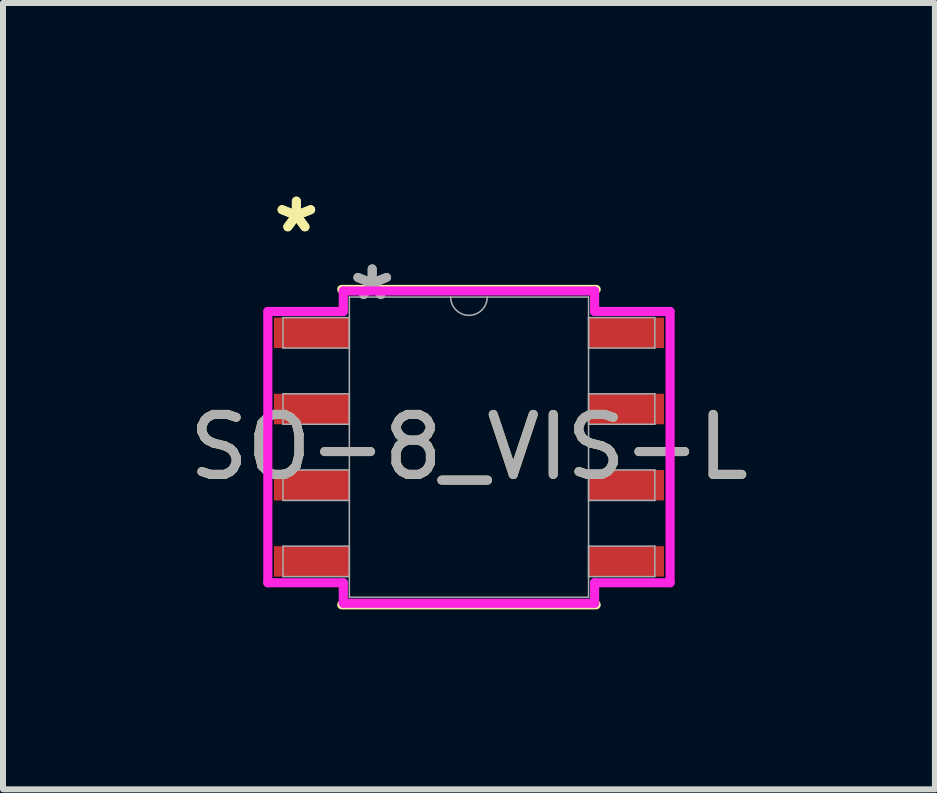
<source format=kicad_pcb>
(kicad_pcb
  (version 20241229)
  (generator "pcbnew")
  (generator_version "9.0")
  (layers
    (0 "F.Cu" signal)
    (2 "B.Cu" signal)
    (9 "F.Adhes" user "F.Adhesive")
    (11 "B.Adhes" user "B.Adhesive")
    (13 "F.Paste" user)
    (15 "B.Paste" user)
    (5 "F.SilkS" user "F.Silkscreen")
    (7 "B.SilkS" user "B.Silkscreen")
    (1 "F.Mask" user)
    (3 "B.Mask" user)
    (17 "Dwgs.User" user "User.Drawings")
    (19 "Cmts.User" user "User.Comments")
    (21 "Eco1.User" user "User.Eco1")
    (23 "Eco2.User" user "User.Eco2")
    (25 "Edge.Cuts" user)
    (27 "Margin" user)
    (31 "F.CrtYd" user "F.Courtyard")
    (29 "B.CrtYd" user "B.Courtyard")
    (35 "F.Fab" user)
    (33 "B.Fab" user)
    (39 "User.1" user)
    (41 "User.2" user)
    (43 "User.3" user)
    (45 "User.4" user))
  (footprint "SO-8_VIS-L"
    (layer "F.Cu")
    (at 4.768 4.404)
    (property "Reference" "SO-8_VIS-L" (at 0 0 0) (unlocked yes) (layer "F.SilkS") (effects (font (size 1 1) (thickness 0.15))))
    (attr smd)
    (fp_line (start -2.121 2.629) (end 2.121 2.629) (stroke (width 0.152) (type solid)) (layer "F.SilkS"))
    (fp_line (start 2.121 -2.629) (end -2.121 -2.629) (stroke (width 0.152) (type solid)) (layer "F.SilkS"))
    (fp_line (start -3.353 -2.261) (end -2.095 -2.261) (stroke (width 0.152) (type solid)) (layer "F.CrtYd"))
    (fp_line (start -3.353 2.261) (end -3.353 -2.261) (stroke (width 0.152) (type solid)) (layer "F.CrtYd"))
    (fp_line (start -3.353 2.261) (end -2.095 2.261) (stroke (width 0.152) (type solid)) (layer "F.CrtYd"))
    (fp_line (start -2.095 -2.603) (end 2.095 -2.603) (stroke (width 0.152) (type solid)) (layer "F.CrtYd"))
    (fp_line (start -2.095 -2.261) (end -2.095 -2.603) (stroke (width 0.152) (type solid)) (layer "F.CrtYd"))
    (fp_line (start -2.095 2.603) (end -2.095 2.261) (stroke (width 0.152) (type solid)) (layer "F.CrtYd"))
    (fp_line (start 2.095 -2.603) (end 2.095 -2.261) (stroke (width 0.152) (type solid)) (layer "F.CrtYd"))
    (fp_line (start 2.095 2.261) (end 2.095 2.603) (stroke (width 0.152) (type solid)) (layer "F.CrtYd"))
    (fp_line (start 2.095 2.603) (end -2.095 2.603) (stroke (width 0.152) (type solid)) (layer "F.CrtYd"))
    (fp_line (start 3.353 -2.261) (end 2.095 -2.261) (stroke (width 0.152) (type solid)) (layer "F.CrtYd"))
    (fp_line (start 3.353 -2.261) (end 3.353 2.261) (stroke (width 0.152) (type solid)) (layer "F.CrtYd"))
    (fp_line (start 3.353 2.261) (end 2.095 2.261) (stroke (width 0.152) (type solid)) (layer "F.CrtYd"))
    (fp_line (start -3.099 -2.159) (end -3.099 -1.651) (stroke (width 0.025) (type solid)) (layer "F.Fab"))
    (fp_line (start -3.099 -1.651) (end -1.994 -1.651) (stroke (width 0.025) (type solid)) (layer "F.Fab"))
    (fp_line (start -3.099 -0.889) (end -3.099 -0.381) (stroke (width 0.025) (type solid)) (layer "F.Fab"))
    (fp_line (start -3.099 -0.381) (end -1.994 -0.381) (stroke (width 0.025) (type solid)) (layer "F.Fab"))
    (fp_line (start -3.099 0.381) (end -3.099 0.889) (stroke (width 0.025) (type solid)) (layer "F.Fab"))
    (fp_line (start -3.099 0.889) (end -1.994 0.889) (stroke (width 0.025) (type solid)) (layer "F.Fab"))
    (fp_line (start -3.099 1.651) (end -3.099 2.159) (stroke (width 0.025) (type solid)) (layer "F.Fab"))
    (fp_line (start -3.099 2.159) (end -1.994 2.159) (stroke (width 0.025) (type solid)) (layer "F.Fab"))
    (fp_line (start -1.994 -2.502) (end -1.994 2.502) (stroke (width 0.025) (type solid)) (layer "F.Fab"))
    (fp_line (start -1.994 -2.159) (end -3.099 -2.159) (stroke (width 0.025) (type solid)) (layer "F.Fab"))
    (fp_line (start -1.994 -1.651) (end -1.994 -2.159) (stroke (width 0.025) (type solid)) (layer "F.Fab"))
    (fp_line (start -1.994 -0.889) (end -3.099 -0.889) (stroke (width 0.025) (type solid)) (layer "F.Fab"))
    (fp_line (start -1.994 -0.381) (end -1.994 -0.889) (stroke (width 0.025) (type solid)) (layer "F.Fab"))
    (fp_line (start -1.994 0.381) (end -3.099 0.381) (stroke (width 0.025) (type solid)) (layer "F.Fab"))
    (fp_line (start -1.994 0.889) (end -1.994 0.381) (stroke (width 0.025) (type solid)) (layer "F.Fab"))
    (fp_line (start -1.994 1.651) (end -3.099 1.651) (stroke (width 0.025) (type solid)) (layer "F.Fab"))
    (fp_line (start -1.994 2.159) (end -1.994 1.651) (stroke (width 0.025) (type solid)) (layer "F.Fab"))
    (fp_line (start -1.994 2.502) (end 1.994 2.502) (stroke (width 0.025) (type solid)) (layer "F.Fab"))
    (fp_line (start 1.994 -2.502) (end -1.994 -2.502) (stroke (width 0.025) (type solid)) (layer "F.Fab"))
    (fp_line (start 1.994 -2.159) (end 1.994 -1.651) (stroke (width 0.025) (type solid)) (layer "F.Fab"))
    (fp_line (start 1.994 -1.651) (end 3.099 -1.651) (stroke (width 0.025) (type solid)) (layer "F.Fab"))
    (fp_line (start 1.994 -0.889) (end 1.994 -0.381) (stroke (width 0.025) (type solid)) (layer "F.Fab"))
    (fp_line (start 1.994 -0.381) (end 3.099 -0.381) (stroke (width 0.025) (type solid)) (layer "F.Fab"))
    (fp_line (start 1.994 0.381) (end 1.994 0.889) (stroke (width 0.025) (type solid)) (layer "F.Fab"))
    (fp_line (start 1.994 0.889) (end 3.099 0.889) (stroke (width 0.025) (type solid)) (layer "F.Fab"))
    (fp_line (start 1.994 1.651) (end 1.994 2.159) (stroke (width 0.025) (type solid)) (layer "F.Fab"))
    (fp_line (start 1.994 2.159) (end 3.099 2.159) (stroke (width 0.025) (type solid)) (layer "F.Fab"))
    (fp_line (start 1.994 2.502) (end 1.994 -2.502) (stroke (width 0.025) (type solid)) (layer "F.Fab"))
    (fp_line (start 3.099 -2.159) (end 1.994 -2.159) (stroke (width 0.025) (type solid)) (layer "F.Fab"))
    (fp_line (start 3.099 -1.651) (end 3.099 -2.159) (stroke (width 0.025) (type solid)) (layer "F.Fab"))
    (fp_line (start 3.099 -0.889) (end 1.994 -0.889) (stroke (width 0.025) (type solid)) (layer "F.Fab"))
    (fp_line (start 3.099 -0.381) (end 3.099 -0.889) (stroke (width 0.025) (type solid)) (layer "F.Fab"))
    (fp_line (start 3.099 0.381) (end 1.994 0.381) (stroke (width 0.025) (type solid)) (layer "F.Fab"))
    (fp_line (start 3.099 0.889) (end 3.099 0.381) (stroke (width 0.025) (type solid)) (layer "F.Fab"))
    (fp_line (start 3.099 1.651) (end 1.994 1.651) (stroke (width 0.025) (type solid)) (layer "F.Fab"))
    (fp_line (start 3.099 2.159) (end 3.099 1.651) (stroke (width 0.025) (type solid)) (layer "F.Fab"))
    (fp_arc (start 0.3048 -2.5019) (mid 0 -2.1971) (end -0.3048 -2.5019) (stroke (width 0.0254) (type solid)) (layer "F.Fab"))
    (fp_text user "*" (at -2.877 -3.556 0) (unlocked yes) (layer "F.SilkS") (effects (font (size 1 1) (thickness 0.15))))
    (fp_text user "*" (at -2.877 -3.556 0) (layer "F.SilkS") (effects (font (size 1 1) (thickness 0.15))))
    (fp_text user "${REFERENCE}" (at 0 0 0) (unlocked yes) (layer "F.Fab") (effects (font (size 1 1) (thickness 0.15))))
    (fp_text user "*" (at -1.613 -2.426 0) (layer "F.Fab") (effects (font (size 1 1) (thickness 0.15))))
    (fp_text user "*" (at -1.613 -2.426 0) (unlocked yes) (layer "F.Fab") (effects (font (size 1 1) (thickness 0.15))))
    (pad "1" smd rect (at -2.623 -1.905) (size 1.257 0.508) (layers "F.Cu" "F.Mask" "F.Paste"))
    (pad "2" smd rect (at -2.623 -0.635) (size 1.257 0.508) (layers "F.Cu" "F.Mask" "F.Paste"))
    (pad "3" smd rect (at -2.623 0.635) (size 1.257 0.508) (layers "F.Cu" "F.Mask" "F.Paste"))
    (pad "4" smd rect (at -2.623 1.905) (size 1.257 0.508) (layers "F.Cu" "F.Mask" "F.Paste"))
    (pad "5" smd rect (at 2.623 1.905) (size 1.257 0.508) (layers "F.Cu" "F.Mask" "F.Paste"))
    (pad "6" smd rect (at 2.623 0.635) (size 1.257 0.508) (layers "F.Cu" "F.Mask" "F.Paste"))
    (pad "7" smd rect (at 2.623 -0.635) (size 1.257 0.508) (layers "F.Cu" "F.Mask" "F.Paste"))
    (pad "8" smd rect (at 2.623 -1.905) (size 1.257 0.508) (layers "F.Cu" "F.Mask" "F.Paste")))
  (gr_rect
    (start -3 -3)
    (end 12.536 10.109)
    (stroke (width 0.1) (type default))
    (fill no)
    (layer "Edge.Cuts")))
</source>
